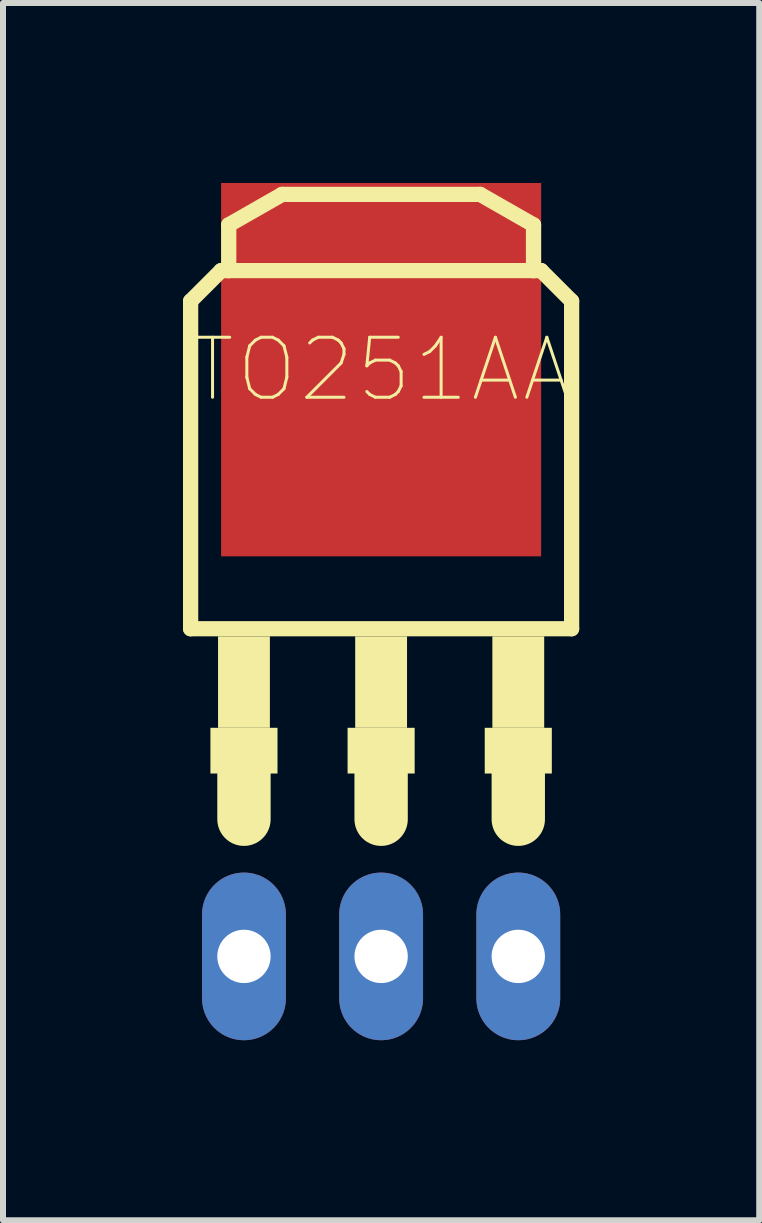
<source format=kicad_pcb>
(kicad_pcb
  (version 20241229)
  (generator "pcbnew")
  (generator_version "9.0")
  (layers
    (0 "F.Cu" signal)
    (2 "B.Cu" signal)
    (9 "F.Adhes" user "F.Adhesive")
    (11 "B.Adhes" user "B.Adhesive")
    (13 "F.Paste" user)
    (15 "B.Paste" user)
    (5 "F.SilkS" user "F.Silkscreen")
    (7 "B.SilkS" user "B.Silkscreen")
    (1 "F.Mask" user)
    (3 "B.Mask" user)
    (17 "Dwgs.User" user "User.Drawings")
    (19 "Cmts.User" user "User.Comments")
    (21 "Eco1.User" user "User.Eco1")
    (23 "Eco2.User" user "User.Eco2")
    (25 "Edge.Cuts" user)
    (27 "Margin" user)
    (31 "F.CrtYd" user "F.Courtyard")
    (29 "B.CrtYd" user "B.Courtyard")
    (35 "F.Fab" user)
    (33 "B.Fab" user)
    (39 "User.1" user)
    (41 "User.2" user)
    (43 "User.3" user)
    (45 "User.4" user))
  (footprint "TO251AA"
    (layer "F.Cu")
    (at 3.302 7.556)
    (property "Reference" "TO251AA" (at 0 -4.445 0) (layer "F.SilkS") (effects (font (size 1 1) (thickness 0.05))))
    (attr through_hole)
    (fp_line (start -3.175 -5.588) (end -3.175 -0.127) (stroke (width 0.254) (type solid)) (layer "F.SilkS"))
    (fp_line (start -3.175 -0.127) (end 3.175 -0.127) (stroke (width 0.254) (type solid)) (layer "F.SilkS"))
    (fp_line (start -2.667 -6.096) (end -3.175 -5.588) (stroke (width 0.254) (type solid)) (layer "F.SilkS"))
    (fp_line (start -2.54 -6.858) (end -1.651 -7.366) (stroke (width 0.254) (type solid)) (layer "F.SilkS"))
    (fp_line (start -2.54 -6.096) (end -2.667 -6.096) (stroke (width 0.254) (type solid)) (layer "F.SilkS"))
    (fp_line (start -2.54 -6.096) (end -2.54 -6.858) (stroke (width 0.254) (type solid)) (layer "F.SilkS"))
    (fp_line (start -2.286 3.048) (end -2.286 2.286) (stroke (width 0.889) (type solid)) (layer "F.SilkS"))
    (fp_line (start -1.651 -7.366) (end 1.651 -7.366) (stroke (width 0.254) (type solid)) (layer "F.SilkS"))
    (fp_line (start 0 3.048) (end 0 2.286) (stroke (width 0.889) (type solid)) (layer "F.SilkS"))
    (fp_line (start 1.651 -7.366) (end 2.54 -6.858) (stroke (width 0.254) (type solid)) (layer "F.SilkS"))
    (fp_line (start 2.286 3.048) (end 2.286 2.286) (stroke (width 0.889) (type solid)) (layer "F.SilkS"))
    (fp_line (start 2.54 -6.858) (end 2.54 -6.096) (stroke (width 0.254) (type solid)) (layer "F.SilkS"))
    (fp_line (start 2.54 -6.096) (end -2.54 -6.096) (stroke (width 0.254) (type solid)) (layer "F.SilkS"))
    (fp_line (start 2.667 -6.096) (end 2.54 -6.096) (stroke (width 0.254) (type solid)) (layer "F.SilkS"))
    (fp_line (start 3.175 -5.588) (end 2.667 -6.096) (stroke (width 0.254) (type solid)) (layer "F.SilkS"))
    (fp_line (start 3.175 -0.127) (end 3.175 -5.588) (stroke (width 0.254) (type solid)) (layer "F.SilkS"))
    (fp_poly (pts (xy -2.845 1.524) (xy -1.727 1.524) (xy -1.727 2.286) (xy -2.845 2.286)) (stroke (width 0) (type solid)) (fill yes) (layer "F.SilkS"))
    (fp_poly (pts (xy -2.718 0) (xy -1.854 0) (xy -1.854 1.524) (xy -2.718 1.524)) (stroke (width 0) (type solid)) (fill yes) (layer "F.SilkS"))
    (fp_poly (pts (xy -0.559 1.524) (xy 0.559 1.524) (xy 0.559 2.286) (xy -0.559 2.286)) (stroke (width 0) (type solid)) (fill yes) (layer "F.SilkS"))
    (fp_poly (pts (xy -0.432 0) (xy 0.432 0) (xy 0.432 1.524) (xy -0.432 1.524)) (stroke (width 0) (type solid)) (fill yes) (layer "F.SilkS"))
    (fp_poly (pts (xy 1.727 1.524) (xy 2.845 1.524) (xy 2.845 2.286) (xy 1.727 2.286)) (stroke (width 0) (type solid)) (fill yes) (layer "F.SilkS"))
    (fp_poly (pts (xy 1.854 0) (xy 2.718 0) (xy 2.718 1.524) (xy 1.854 1.524)) (stroke (width 0) (type solid)) (fill yes) (layer "F.SilkS"))
    (fp_line (start -2.286 5.334) (end -2.286 3.048) (stroke (width 0.889) (type solid)) (layer "Eco2.User"))
    (fp_line (start 0 5.334) (end 0 3.048) (stroke (width 0.889) (type solid)) (layer "Eco2.User"))
    (fp_line (start 2.286 5.334) (end 2.286 3.048) (stroke (width 0.889) (type solid)) (layer "Eco2.User"))
    (pad "1" thru_hole oval (at -2.286 5.334 90) (size 2.794 1.397) (drill 0.889) (layers "*.Cu" "*.Mask"))
    (pad "2" thru_hole oval (at 0 5.334 90) (size 2.794 1.397) (drill 0.889) (layers "*.Cu" "*.Mask"))
    (pad "3" thru_hole oval (at 2.286 5.334 90) (size 2.794 1.397) (drill 0.889) (layers "*.Cu" "*.Mask"))
    (pad "4" smd rect (at 0 -4.445) (size 5.334 6.223) (layers "F.Cu" "F.Mask" "F.Paste")))
  (gr_rect
    (start -3 -3)
    (end 9.604 17.288)
    (stroke (width 0.1) (type default))
    (fill no)
    (layer "Edge.Cuts")))
</source>
